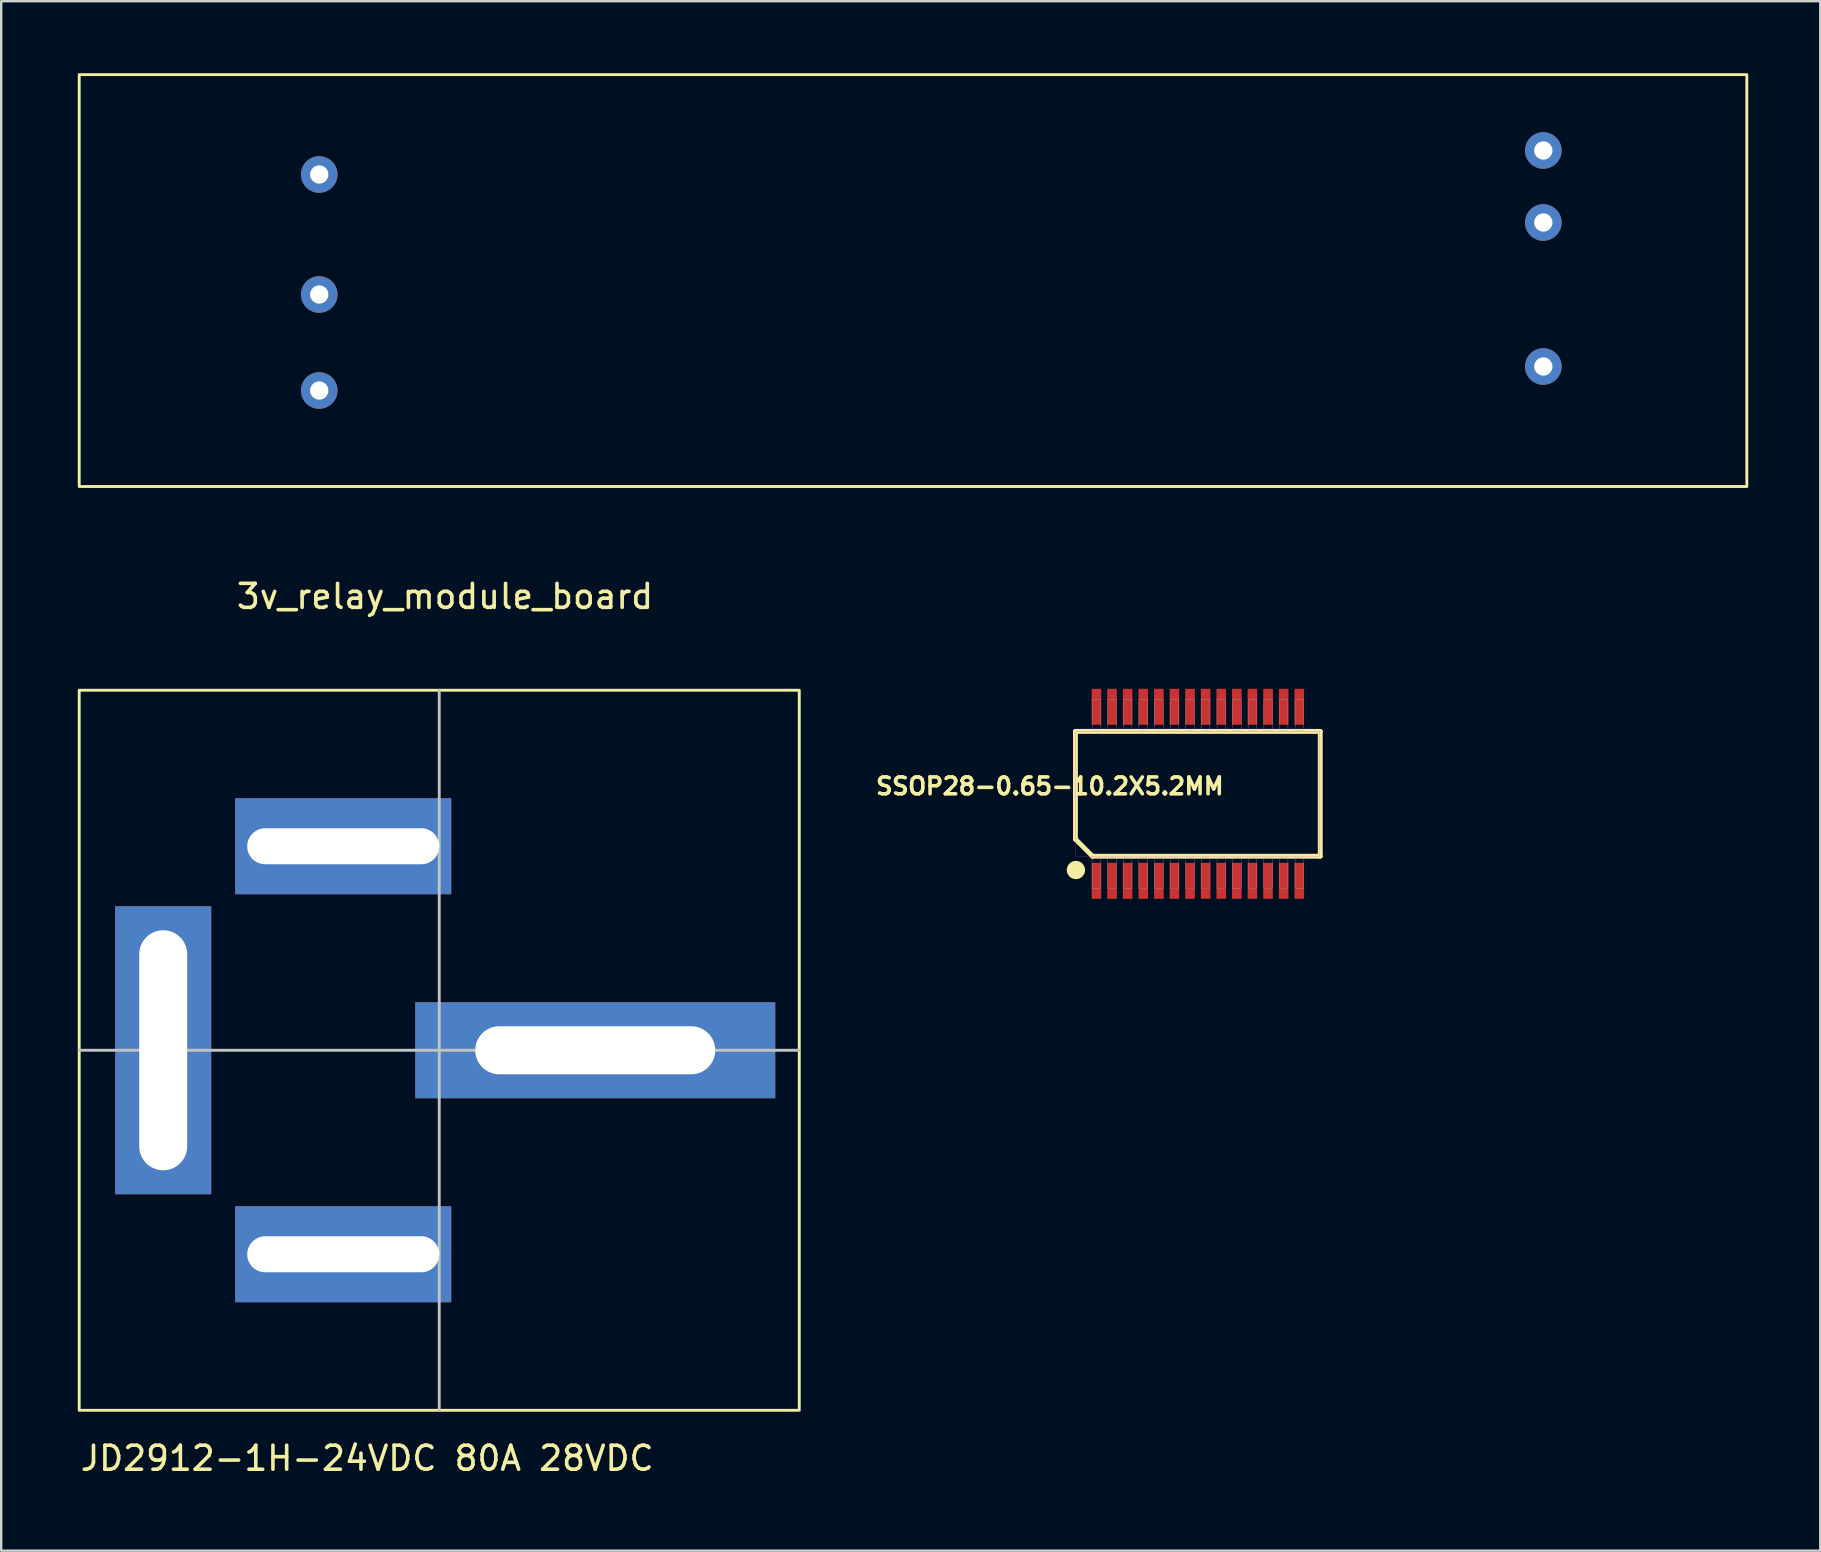
<source format=kicad_pcb>
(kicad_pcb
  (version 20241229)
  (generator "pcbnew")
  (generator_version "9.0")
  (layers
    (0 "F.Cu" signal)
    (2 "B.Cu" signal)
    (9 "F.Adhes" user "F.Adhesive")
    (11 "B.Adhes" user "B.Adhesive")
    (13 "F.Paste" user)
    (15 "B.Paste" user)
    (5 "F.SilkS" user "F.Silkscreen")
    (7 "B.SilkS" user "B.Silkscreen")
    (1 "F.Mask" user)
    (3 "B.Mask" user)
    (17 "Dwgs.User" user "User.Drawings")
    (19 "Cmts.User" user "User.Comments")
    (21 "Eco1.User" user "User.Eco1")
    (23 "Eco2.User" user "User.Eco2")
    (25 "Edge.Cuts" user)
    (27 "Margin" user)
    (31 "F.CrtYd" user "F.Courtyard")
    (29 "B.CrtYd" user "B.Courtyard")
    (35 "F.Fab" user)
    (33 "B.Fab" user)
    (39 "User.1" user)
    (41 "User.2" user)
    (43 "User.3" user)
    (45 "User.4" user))
  (footprint "JD2912-1H-24VDC 80A 28VDC"
    (layer "F.Cu")
    (at 0.25 55.708)
    (property "Reference" "JD2912-1H-24VDC 80A 28VDC" (at 12 2 0) (unlocked yes) (layer "F.SilkS") (effects (font (size 1 1) (thickness 0.15))))
    (attr through_hole)
    (fp_rect (start 0 -30) (end 30 0) (stroke (width 0.12) (type solid)) (fill no) (layer "F.SilkS"))
    (fp_line (start 0 -15) (end 30 -15) (stroke (width 0.12) (type solid)) (layer "Dwgs.User"))
    (fp_line (start 15 -30) (end 15 0) (stroke (width 0.12) (type solid)) (layer "Dwgs.User"))
    (pad "1" thru_hole rect (at 21.5 -15) (size 15 4) (drill oval 10 2) (layers "*.Cu" "*.Mask"))
    (pad "2" thru_hole rect (at 11 -6.5) (size 9 4) (drill oval 8 1.5) (layers "*.Cu" "*.Mask"))
    (pad "6" thru_hole rect (at 11 -23.5) (size 9 4) (drill oval 8 1.5) (layers "*.Cu" "*.Mask"))
    (pad "7" thru_hole rect (at 3.5 -15 90) (size 12 4) (drill oval 10 2) (layers "*.Cu" "*.Mask")))
  (footprint "SSOP28-0.65-10.2X5.2MM"
    (layer "F.Cu")
    (at 46.857 30.023)
    (property "Reference" "SSOP28-0.65-10.2X5.2MM" (at -6.167 -0.318 180) (layer "F.SilkS") (effects (font (size 0.701 0.701) (thickness 0.15))))
    (attr through_hole)
    (fp_line (start -5.1 -2.6) (end -5.1 1.89) (stroke (width 0.203) (type solid)) (layer "F.SilkS"))
    (fp_line (start -5.1 1.89) (end -4.39 2.6) (stroke (width 0.203) (type solid)) (layer "F.SilkS"))
    (fp_line (start -4.39 2.6) (end 5.1 2.6) (stroke (width 0.203) (type solid)) (layer "F.SilkS"))
    (fp_line (start 5.1 -2.6) (end -5.1 -2.6) (stroke (width 0.203) (type solid)) (layer "F.SilkS"))
    (fp_line (start 5.1 2.6) (end 5.1 -2.6) (stroke (width 0.203) (type solid)) (layer "F.SilkS"))
    (fp_circle (center -5.08 3.175) (end -4.699 3.175) (stroke (width 0) (type solid)) (fill yes) (layer "F.SilkS"))
    (fp_poly (pts (xy -5.088 -2.6) (xy 5.08 -2.6) (xy 5.08 2.604) (xy -5.088 2.604)) (stroke (width 0.01) (type solid)) (fill no) (layer "F.CrtYd"))
    (fp_poly (pts (xy -4.406 -3.937) (xy -4.047 -3.937) (xy -4.047 -2.644) (xy -4.406 -2.644)) (stroke (width 0.01) (type solid)) (fill no) (layer "F.Fab"))
    (fp_poly (pts (xy -4.405 2.642) (xy -4.047 2.642) (xy -4.047 3.939) (xy -4.405 3.939)) (stroke (width 0.01) (type solid)) (fill no) (layer "F.Fab"))
    (fp_poly (pts (xy -3.76 2.642) (xy -3.397 2.642) (xy -3.397 3.945) (xy -3.76 3.945)) (stroke (width 0.01) (type solid)) (fill no) (layer "F.Fab"))
    (fp_poly (pts (xy -3.755 -3.937) (xy -3.397 -3.937) (xy -3.397 -2.643) (xy -3.755 -2.643)) (stroke (width 0.01) (type solid)) (fill no) (layer "F.Fab"))
    (fp_poly (pts (xy -3.108 -3.937) (xy -2.747 -3.937) (xy -2.747 -2.646) (xy -3.108 -2.646)) (stroke (width 0.01) (type solid)) (fill no) (layer "F.Fab"))
    (fp_poly (pts (xy -3.104 2.642) (xy -2.747 2.642) (xy -2.747 3.939) (xy -3.104 3.939)) (stroke (width 0.01) (type solid)) (fill no) (layer "F.Fab"))
    (fp_poly (pts (xy -2.456 2.642) (xy -2.097 2.642) (xy -2.097 3.943) (xy -2.456 3.943)) (stroke (width 0.01) (type solid)) (fill no) (layer "F.Fab"))
    (fp_poly (pts (xy -2.455 -3.937) (xy -2.097 -3.937) (xy -2.097 -2.644) (xy -2.455 -2.644)) (stroke (width 0.01) (type solid)) (fill no) (layer "F.Fab"))
    (fp_poly (pts (xy -1.806 -3.937) (xy -1.447 -3.937) (xy -1.447 -2.646) (xy -1.806 -2.646)) (stroke (width 0.01) (type solid)) (fill no) (layer "F.Fab"))
    (fp_poly (pts (xy -1.804 2.642) (xy -1.447 2.642) (xy -1.447 3.939) (xy -1.804 3.939)) (stroke (width 0.01) (type solid)) (fill no) (layer "F.Fab"))
    (fp_poly (pts (xy -1.155 -3.937) (xy -0.797 -3.937) (xy -0.797 -2.646) (xy -1.155 -2.646)) (stroke (width 0.01) (type solid)) (fill no) (layer "F.Fab"))
    (fp_poly (pts (xy -1.155 2.642) (xy -0.797 2.642) (xy -0.797 3.943) (xy -1.155 3.943)) (stroke (width 0.01) (type solid)) (fill no) (layer "F.Fab"))
    (fp_poly (pts (xy -0.504 2.642) (xy -0.147 2.642) (xy -0.147 3.945) (xy -0.504 3.945)) (stroke (width 0.01) (type solid)) (fill no) (layer "F.Fab"))
    (fp_poly (pts (xy -0.503 -3.937) (xy -0.147 -3.937) (xy -0.147 -2.644) (xy -0.503 -2.644)) (stroke (width 0.01) (type solid)) (fill no) (layer "F.Fab"))
    (fp_poly (pts (xy 0.147 2.642) (xy 0.503 2.642) (xy 0.503 3.937) (xy 0.147 3.937)) (stroke (width 0.01) (type solid)) (fill no) (layer "F.Fab"))
    (fp_poly (pts (xy 0.147 -3.937) (xy 0.503 -3.937) (xy 0.503 -2.644) (xy 0.147 -2.644)) (stroke (width 0.01) (type solid)) (fill no) (layer "F.Fab"))
    (fp_poly (pts (xy 0.798 -3.937) (xy 1.153 -3.937) (xy 1.153 -2.643) (xy 0.798 -2.643)) (stroke (width 0.01) (type solid)) (fill no) (layer "F.Fab"))
    (fp_poly (pts (xy 0.798 2.642) (xy 1.153 2.642) (xy 1.153 3.94) (xy 0.798 3.94)) (stroke (width 0.01) (type solid)) (fill no) (layer "F.Fab"))
    (fp_poly (pts (xy 1.449 2.642) (xy 1.803 2.642) (xy 1.803 3.941) (xy 1.449 3.941)) (stroke (width 0.01) (type solid)) (fill no) (layer "F.Fab"))
    (fp_poly (pts (xy 1.449 -3.937) (xy 1.803 -3.937) (xy 1.803 -2.645) (xy 1.449 -2.645)) (stroke (width 0.01) (type solid)) (fill no) (layer "F.Fab"))
    (fp_poly (pts (xy 2.099 2.642) (xy 2.453 2.642) (xy 2.453 3.94) (xy 2.099 3.94)) (stroke (width 0.01) (type solid)) (fill no) (layer "F.Fab"))
    (fp_poly (pts (xy 2.1 -3.937) (xy 2.453 -3.937) (xy 2.453 -2.645) (xy 2.1 -2.645)) (stroke (width 0.01) (type solid)) (fill no) (layer "F.Fab"))
    (fp_poly (pts (xy 2.747 2.642) (xy 3.103 2.642) (xy 3.103 3.937) (xy 2.747 3.937)) (stroke (width 0.01) (type solid)) (fill no) (layer "F.Fab"))
    (fp_poly (pts (xy 2.753 -3.937) (xy 3.103 -3.937) (xy 3.103 -2.647) (xy 2.753 -2.647)) (stroke (width 0.01) (type solid)) (fill no) (layer "F.Fab"))
    (fp_poly (pts (xy 3.401 2.642) (xy 3.753 2.642) (xy 3.753 3.942) (xy 3.401 3.942)) (stroke (width 0.01) (type solid)) (fill no) (layer "F.Fab"))
    (fp_poly (pts (xy 3.404 -3.937) (xy 3.753 -3.937) (xy 3.753 -2.647) (xy 3.404 -2.647)) (stroke (width 0.01) (type solid)) (fill no) (layer "F.Fab"))
    (fp_poly (pts (xy 4.05 2.642) (xy 4.403 2.642) (xy 4.403 3.939) (xy 4.05 3.939)) (stroke (width 0.01) (type solid)) (fill no) (layer "F.Fab"))
    (fp_poly (pts (xy 4.051 -3.937) (xy 4.403 -3.937) (xy 4.403 -2.644) (xy 4.051 -2.644)) (stroke (width 0.01) (type solid)) (fill no) (layer "F.Fab"))
    (pad "1" smd rect (at -4.225 3.625) (size 0.4 1.5) (layers "F.Cu" "F.Mask" "F.Paste"))
    (pad "2" smd rect (at -3.575 3.625) (size 0.4 1.5) (layers "F.Cu" "F.Mask" "F.Paste"))
    (pad "3" smd rect (at -2.925 3.625) (size 0.4 1.5) (layers "F.Cu" "F.Mask" "F.Paste"))
    (pad "4" smd rect (at -2.275 3.625) (size 0.4 1.5) (layers "F.Cu" "F.Mask" "F.Paste"))
    (pad "5" smd rect (at -1.625 3.625) (size 0.4 1.5) (layers "F.Cu" "F.Mask" "F.Paste"))
    (pad "6" smd rect (at -0.975 3.625) (size 0.4 1.5) (layers "F.Cu" "F.Mask" "F.Paste"))
    (pad "7" smd rect (at -0.325 3.625) (size 0.4 1.5) (layers "F.Cu" "F.Mask" "F.Paste"))
    (pad "8" smd rect (at 0.325 3.625) (size 0.4 1.5) (layers "F.Cu" "F.Mask" "F.Paste"))
    (pad "9" smd rect (at 0.975 3.625) (size 0.4 1.5) (layers "F.Cu" "F.Mask" "F.Paste"))
    (pad "10" smd rect (at 1.625 3.625) (size 0.4 1.5) (layers "F.Cu" "F.Mask" "F.Paste"))
    (pad "11" smd rect (at 2.275 3.625) (size 0.4 1.5) (layers "F.Cu" "F.Mask" "F.Paste"))
    (pad "12" smd rect (at 2.925 3.625) (size 0.4 1.5) (layers "F.Cu" "F.Mask" "F.Paste"))
    (pad "13" smd rect (at 3.575 3.625) (size 0.4 1.5) (layers "F.Cu" "F.Mask" "F.Paste"))
    (pad "14" smd rect (at 4.225 3.625) (size 0.4 1.5) (layers "F.Cu" "F.Mask" "F.Paste"))
    (pad "15" smd rect (at 4.225 -3.625) (size 0.4 1.5) (layers "F.Cu" "F.Mask" "F.Paste"))
    (pad "16" smd rect (at 3.575 -3.625) (size 0.4 1.5) (layers "F.Cu" "F.Mask" "F.Paste"))
    (pad "17" smd rect (at 2.925 -3.625) (size 0.4 1.5) (layers "F.Cu" "F.Mask" "F.Paste"))
    (pad "18" smd rect (at 2.275 -3.625) (size 0.4 1.5) (layers "F.Cu" "F.Mask" "F.Paste"))
    (pad "19" smd rect (at 1.625 -3.625) (size 0.4 1.5) (layers "F.Cu" "F.Mask" "F.Paste"))
    (pad "20" smd rect (at 0.975 -3.625) (size 0.4 1.5) (layers "F.Cu" "F.Mask" "F.Paste"))
    (pad "21" smd rect (at 0.325 -3.625) (size 0.4 1.5) (layers "F.Cu" "F.Mask" "F.Paste"))
    (pad "22" smd rect (at -0.325 -3.625) (size 0.4 1.5) (layers "F.Cu" "F.Mask" "F.Paste"))
    (pad "23" smd rect (at -0.975 -3.625) (size 0.4 1.5) (layers "F.Cu" "F.Mask" "F.Paste"))
    (pad "24" smd rect (at -1.625 -3.625) (size 0.4 1.5) (layers "F.Cu" "F.Mask" "F.Paste"))
    (pad "25" smd rect (at -2.275 -3.625) (size 0.4 1.5) (layers "F.Cu" "F.Mask" "F.Paste"))
    (pad "26" smd rect (at -2.925 -3.625) (size 0.4 1.5) (layers "F.Cu" "F.Mask" "F.Paste"))
    (pad "27" smd rect (at -3.575 -3.625) (size 0.4 1.5) (layers "F.Cu" "F.Mask" "F.Paste"))
    (pad "28" smd rect (at -4.225 -3.625) (size 0.4 1.5) (layers "F.Cu" "F.Mask" "F.Paste")))
  (footprint "3v_relay_module_board"
    (layer "F.Cu")
    (at 0.25 17.22)
    (property "Reference" "3v_relay_module_board" (at 15.24 4.58 0) (unlocked yes) (layer "F.SilkS") (effects (font (size 1 1) (thickness 0.15))))
    (attr through_hole)
    (fp_rect (start 0 -17.16) (end 69.48 0) (stroke (width 0.12) (type solid)) (fill no) (layer "F.SilkS"))
    (pad "1" thru_hole circle (at 61 -14) (size 1.524 1.524) (drill 0.762) (layers "*.Cu" "*.Mask"))
    (pad "2" thru_hole circle (at 61 -11) (size 1.524 1.524) (drill 0.762) (layers "*.Cu" "*.Mask"))
    (pad "3" thru_hole circle (at 61 -5) (size 1.524 1.524) (drill 0.762) (layers "*.Cu" "*.Mask"))
    (pad "4" thru_hole circle (at 10 -13) (size 1.524 1.524) (drill 0.762) (layers "*.Cu" "*.Mask"))
    (pad "5" thru_hole circle (at 10 -8) (size 1.524 1.524) (drill 0.762) (layers "*.Cu" "*.Mask"))
    (pad "6" thru_hole circle (at 10 -4) (size 1.524 1.524) (drill 0.762) (layers "*.Cu" "*.Mask")))
  (gr_rect
    (start -3 -3)
    (end 72.79 61.556)
    (stroke (width 0.1) (type default))
    (fill no)
    (layer "Edge.Cuts")))
</source>
